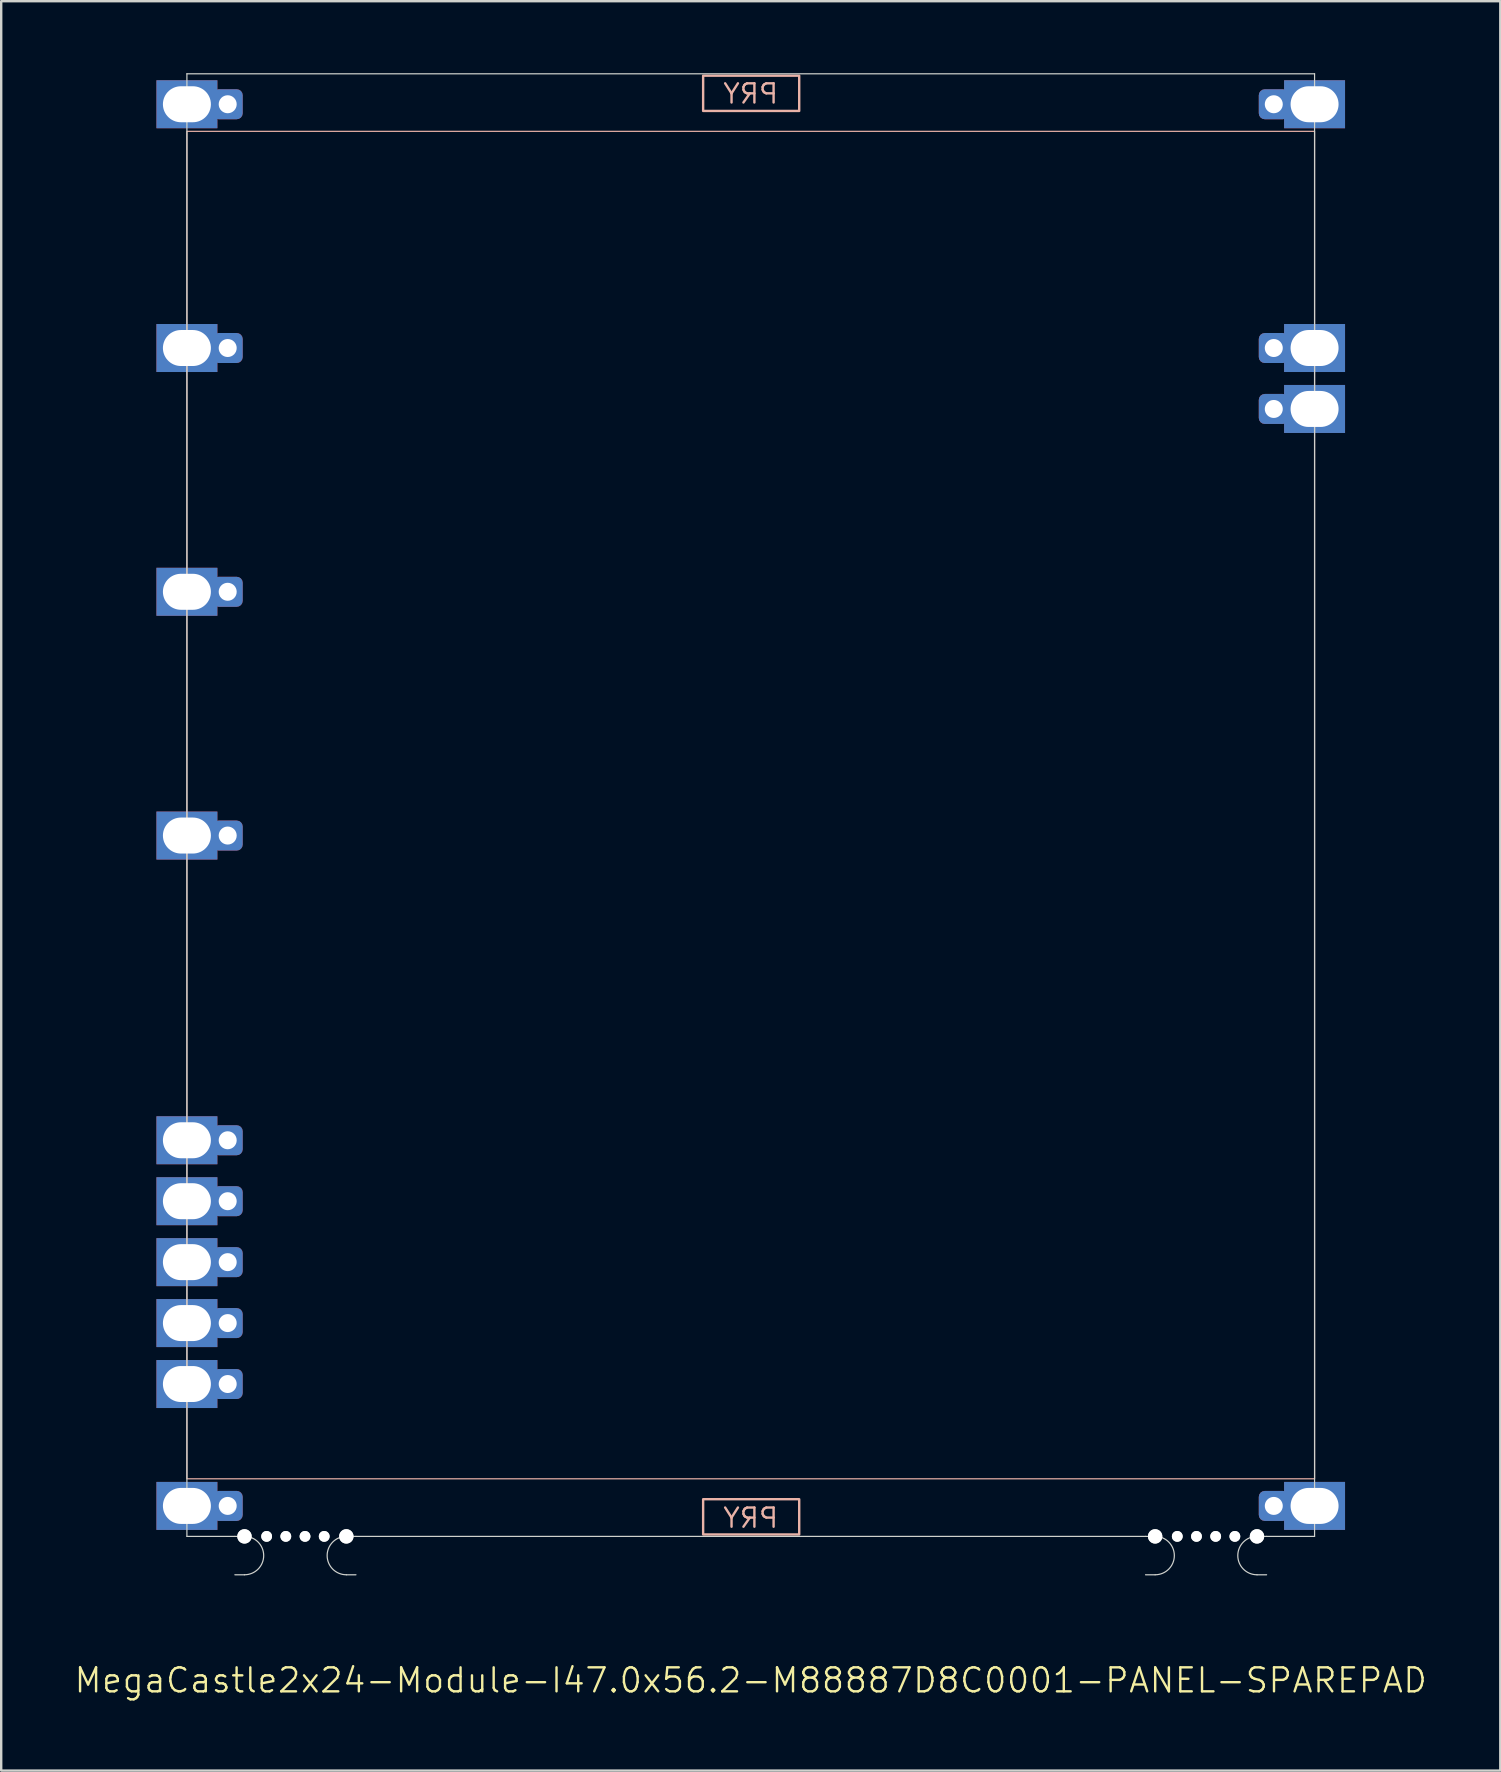
<source format=kicad_pcb>
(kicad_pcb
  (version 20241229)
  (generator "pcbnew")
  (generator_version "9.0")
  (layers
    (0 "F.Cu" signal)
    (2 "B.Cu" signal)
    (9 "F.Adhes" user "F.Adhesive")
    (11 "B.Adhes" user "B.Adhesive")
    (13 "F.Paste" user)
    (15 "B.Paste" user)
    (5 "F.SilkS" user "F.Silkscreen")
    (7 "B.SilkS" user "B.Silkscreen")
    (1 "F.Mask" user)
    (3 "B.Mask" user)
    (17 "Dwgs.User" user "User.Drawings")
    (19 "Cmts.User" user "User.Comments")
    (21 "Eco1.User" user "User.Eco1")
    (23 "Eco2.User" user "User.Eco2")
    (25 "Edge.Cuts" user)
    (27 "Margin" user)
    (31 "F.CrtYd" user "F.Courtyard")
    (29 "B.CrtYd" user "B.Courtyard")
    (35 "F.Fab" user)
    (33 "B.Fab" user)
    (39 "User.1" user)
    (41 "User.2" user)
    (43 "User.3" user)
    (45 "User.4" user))
  (footprint "MegaCastle2x24-Module-I47.0x56.2-M88887D8C0001-PANEL-SPAREPAD"
    (layer "F.Cu")
    (at 28.24 30.505)
    (property "Reference" "MegaCastle2x24-Module-I47.0x56.2-M88887D8C0001-PANEL-SPAREPAD" (at 0 36.48 0) (unlocked yes) (layer "F.SilkS") (effects (font (size 1 1) (thickness 0.1))))
    (attr smd)
    (fp_rect (start -23.5 28.08) (end 23.5 -28.08) (stroke (width 0.05) (type default)) (fill no) (layer "B.SilkS"))
    (fp_rect (start -1.984 -28.931) (end 2.02 -30.4) (stroke (width 0.1) (type default)) (fill no) (layer "B.SilkS"))
    (fp_rect (start -1.984 28.931) (end 2.02 30.4) (stroke (width 0.1) (type default)) (fill no) (layer "B.SilkS"))
    (fp_line (start -23.5 -30.48) (end -23.5 30.48) (stroke (width 0.05) (type default)) (layer "Edge.Cuts"))
    (fp_line (start -23.5 -30.48) (end 23.5 -30.48) (stroke (width 0.05) (type default)) (layer "Edge.Cuts"))
    (fp_line (start -23.5 30.48) (end -21.5 30.48) (stroke (width 0.05) (type default)) (layer "Edge.Cuts"))
    (fp_line (start -21.5 30.48) (end -21.1 30.48) (stroke (width 0.05) (type default)) (layer "Edge.Cuts"))
    (fp_line (start -21.5 32.08) (end -21.1 32.08) (stroke (width 0.05) (type default)) (layer "Edge.Cuts"))
    (fp_line (start -16.455 30.48) (end -16.855 30.48) (stroke (width 0.05) (type default)) (layer "Edge.Cuts"))
    (fp_line (start -16.455 30.48) (end 16.455 30.48) (stroke (width 0.05) (type default)) (layer "Edge.Cuts"))
    (fp_line (start -16.455 32.08) (end -16.855 32.08) (stroke (width 0.05) (type default)) (layer "Edge.Cuts"))
    (fp_line (start 16.455 30.48) (end 16.855 30.48) (stroke (width 0.05) (type default)) (layer "Edge.Cuts"))
    (fp_line (start 16.455 32.08) (end 16.855 32.08) (stroke (width 0.05) (type default)) (layer "Edge.Cuts"))
    (fp_line (start 21.5 30.48) (end 21.1 30.48) (stroke (width 0.05) (type default)) (layer "Edge.Cuts"))
    (fp_line (start 21.5 30.48) (end 23.5 30.48) (stroke (width 0.05) (type default)) (layer "Edge.Cuts"))
    (fp_line (start 21.5 32.08) (end 21.1 32.08) (stroke (width 0.05) (type default)) (layer "Edge.Cuts"))
    (fp_line (start 23.5 -30.48) (end 23.5 30.48) (stroke (width 0.05) (type default)) (layer "Edge.Cuts"))
    (fp_arc (start -21.1 30.48) (mid -20.299999 31.280001) (end -21.1 32.080002) (stroke (width 0.05) (type default)) (layer "Edge.Cuts"))
    (fp_arc (start -16.855 32.080002) (mid -17.655001 31.280001) (end -16.855 30.48) (stroke (width 0.05) (type default)) (layer "Edge.Cuts"))
    (fp_arc (start 16.855001 30.48) (mid 17.655003 31.280001) (end 16.855001 32.080002) (stroke (width 0.05) (type default)) (layer "Edge.Cuts"))
    (fp_arc (start 21.100002 32.080002) (mid 20.299998 31.28) (end 21.100002 30.48) (stroke (width 0.05) (type default)) (layer "Edge.Cuts"))
    (fp_text user "PRY" (at 0 30.18 0) (unlocked yes) (layer "B.SilkS") (effects (font (size 0.8 0.8) (thickness 0.1)) (justify bottom mirror)))
    (fp_text user "PRY" (at 0 -29.18 0) (unlocked yes) (layer "B.SilkS") (effects (font (size 0.8 0.8) (thickness 0.1)) (justify bottom mirror)))
    (pad "" np_thru_hole circle (at -21.1 30.48) (size 0.6 0.6) (drill 0.6) (layers "*.Cu" "Edge.Cuts"))
    (pad "" np_thru_hole circle (at -20.177 30.48) (size 0.45 0.45) (drill 0.45) (layers "*.Cu" "Edge.Cuts"))
    (pad "" np_thru_hole circle (at -19.378 30.48) (size 0.45 0.45) (drill 0.45) (layers "*.Cu" "Edge.Cuts"))
    (pad "" np_thru_hole circle (at -18.577 30.48) (size 0.45 0.45) (drill 0.45) (layers "*.Cu" "Edge.Cuts"))
    (pad "" np_thru_hole circle (at -17.777 30.48) (size 0.45 0.45) (drill 0.45) (layers "*.Cu" "Edge.Cuts"))
    (pad "" np_thru_hole circle (at -16.855 30.48) (size 0.6 0.6) (drill 0.6) (layers "*.Cu" "Edge.Cuts"))
    (pad "" np_thru_hole circle (at 16.855 30.48) (size 0.6 0.6) (drill 0.6) (layers "*.Cu" "Edge.Cuts"))
    (pad "" np_thru_hole circle (at 17.778 30.48) (size 0.45 0.45) (drill 0.45) (layers "*.Cu" "Edge.Cuts"))
    (pad "" np_thru_hole circle (at 18.578 30.48) (size 0.45 0.45) (drill 0.45) (layers "*.Cu" "Edge.Cuts"))
    (pad "" np_thru_hole circle (at 19.378 30.48) (size 0.45 0.45) (drill 0.45) (layers "*.Cu" "Edge.Cuts"))
    (pad "" np_thru_hole circle (at 20.178 30.48) (size 0.45 0.45) (drill 0.45) (layers "*.Cu" "Edge.Cuts"))
    (pad "" np_thru_hole circle (at 21.1 30.48) (size 0.6 0.6) (drill 0.6) (layers "*.Cu" "Edge.Cuts"))
    (pad "1" thru_hole rect (at -23.5 -29.21) (size 2.54 2) (drill oval 2 1.5) (property pad_prop_castellated) (layers "*.Cu" "*.Mask"))
    (pad "1" thru_hole roundrect (at -21.8 -29.21 180) (size 1.25 1.25) (drill 0.75) (layers "*.Cu" "*.Mask") (roundrect_rratio 0.2))
    (pad "5" thru_hole rect (at -23.5 -19.05) (size 2.54 2) (drill oval 2 1.5) (property pad_prop_castellated) (layers "*.Cu" "*.Mask"))
    (pad "5" thru_hole roundrect (at -21.8 -19.05 180) (size 1.25 1.25) (drill 0.75) (layers "*.Cu" "*.Mask") (roundrect_rratio 0.2))
    (pad "9" thru_hole rect (at -23.5 -8.89) (size 2.54 2) (drill oval 2 1.5) (property pad_prop_castellated) (layers "*.Cu" "*.Mask"))
    (pad "9" thru_hole roundrect (at -21.8 -8.89 180) (size 1.25 1.25) (drill 0.75) (layers "*.Cu" "*.Mask") (roundrect_rratio 0.2))
    (pad "13" thru_hole rect (at -23.5 1.27) (size 2.54 2) (drill oval 2 1.5) (property pad_prop_castellated) (layers "*.Cu" "*.Mask"))
    (pad "13" thru_hole roundrect (at -21.8 1.27 180) (size 1.25 1.25) (drill 0.75) (layers "*.Cu" "*.Mask") (roundrect_rratio 0.2))
    (pad "18" thru_hole rect (at -23.5 13.97) (size 2.54 2) (drill oval 2 1.5) (property pad_prop_castellated) (layers "*.Cu" "*.Mask"))
    (pad "18" thru_hole roundrect (at -21.8 13.97 180) (size 1.25 1.25) (drill 0.75) (layers "*.Cu" "*.Mask") (roundrect_rratio 0.2))
    (pad "19" thru_hole rect (at -23.5 16.51) (size 2.54 2) (drill oval 2 1.5) (property pad_prop_castellated) (layers "*.Cu" "*.Mask"))
    (pad "19" thru_hole roundrect (at -21.8 16.51 180) (size 1.25 1.25) (drill 0.75) (layers "*.Cu" "*.Mask") (roundrect_rratio 0.2))
    (pad "20" thru_hole rect (at -23.5 19.05) (size 2.54 2) (drill oval 2 1.5) (property pad_prop_castellated) (layers "*.Cu" "*.Mask"))
    (pad "20" thru_hole roundrect (at -21.8 19.05 180) (size 1.25 1.25) (drill 0.75) (layers "*.Cu" "*.Mask") (roundrect_rratio 0.2))
    (pad "21" thru_hole rect (at -23.5 21.59) (size 2.54 2) (drill oval 2 1.5) (property pad_prop_castellated) (layers "*.Cu" "*.Mask"))
    (pad "21" thru_hole roundrect (at -21.8 21.59 180) (size 1.25 1.25) (drill 0.75) (layers "*.Cu" "*.Mask") (roundrect_rratio 0.2))
    (pad "22" thru_hole rect (at -23.5 24.13) (size 2.54 2) (drill oval 2 1.5) (property pad_prop_castellated) (layers "*.Cu" "*.Mask"))
    (pad "22" thru_hole roundrect (at -21.8 24.13 180) (size 1.25 1.25) (drill 0.75) (layers "*.Cu" "*.Mask") (roundrect_rratio 0.2))
    (pad "24" thru_hole rect (at -23.5 29.21) (size 2.54 2) (drill oval 2 1.5) (property pad_prop_castellated) (layers "*.Cu" "*.Mask"))
    (pad "24" thru_hole roundrect (at -21.8 29.21 180) (size 1.25 1.25) (drill 0.75) (layers "*.Cu" "*.Mask") (roundrect_rratio 0.2))
    (pad "25" thru_hole roundrect (at 21.8 -29.21 180) (size 1.25 1.25) (drill 0.75) (layers "*.Cu" "*.Mask") (roundrect_rratio 0.2))
    (pad "25" thru_hole rect (at 23.5 -29.21) (size 2.54 2) (drill oval 2 1.5) (property pad_prop_castellated) (layers "*.Cu" "*.Mask"))
    (pad "29" thru_hole roundrect (at 21.8 -19.05 180) (size 1.25 1.25) (drill 0.75) (layers "*.Cu" "*.Mask") (roundrect_rratio 0.2))
    (pad "29" thru_hole rect (at 23.5 -19.05) (size 2.54 2) (drill oval 2 1.5) (property pad_prop_castellated) (layers "*.Cu" "*.Mask"))
    (pad "30" thru_hole roundrect (at 21.8 -16.51 180) (size 1.25 1.25) (drill 0.75) (layers "*.Cu" "*.Mask") (roundrect_rratio 0.2))
    (pad "30" thru_hole rect (at 23.5 -16.51) (size 2.54 2) (drill oval 2 1.5) (property pad_prop_castellated) (layers "*.Cu" "*.Mask"))
    (pad "48" thru_hole roundrect (at 21.8 29.21 180) (size 1.25 1.25) (drill 0.75) (layers "*.Cu" "*.Mask") (roundrect_rratio 0.2))
    (pad "48" thru_hole rect (at 23.5 29.21) (size 2.54 2) (drill oval 2 1.5) (property pad_prop_castellated) (layers "*.Cu" "*.Mask"))
    (zone (net_name "") (layer "B.Cu") (hatch edge 0.5) (connect_pads) (min_thickness 0.25) (filled_areas_thickness no) (keepout (tracks allowed) (vias allowed) (pads allowed) (copperpour allowed) (footprints not_allowed)) (placement (enabled no)) (fill) (polygon (pts (xy 4.74 60.985) (xy 4.74 0.025))))
    (zone (net_name "") (layer "B.Cu") (hatch edge 0.5) (connect_pads) (min_thickness 0.25) (filled_areas_thickness no) (keepout (tracks allowed) (vias allowed) (pads allowed) (copperpour allowed) (footprints not_allowed)) (placement (enabled no)) (fill) (polygon (pts (xy 51.74 60.985) (xy 51.74 0.025))))
    (zone (net_name "") (layer "B.Cu") (hatch edge 0.5) (connect_pads) (min_thickness 0.25) (filled_areas_thickness no) (keepout (tracks allowed) (vias allowed) (pads allowed) (copperpour allowed) (footprints not_allowed)) (placement (enabled no)) (fill) (polygon (pts (xy 4.74 0.025) (xy 4.74 2.425) (xy 51.74 2.425) (xy 51.74 0.025))))
    (zone (net_name "") (layer "B.Cu") (hatch edge 0.5) (connect_pads) (min_thickness 0.25) (filled_areas_thickness no) (keepout (tracks allowed) (vias allowed) (pads allowed) (copperpour allowed) (footprints not_allowed)) (placement (enabled no)) (fill) (polygon (pts (xy 4.74 60.985) (xy 4.74 58.585) (xy 51.74 58.585) (xy 51.74 60.985))))
    (zone (net_name "") (layer "B.Cu") (name "Upper Pry Zone") (hatch edge 0.5) (connect_pads) (min_thickness 0.25) (filled_areas_thickness no) (keepout (tracks not_allowed) (vias not_allowed) (pads not_allowed) (copperpour allowed) (footprints not_allowed)) (placement (enabled no)) (fill) (polygon (pts (xy 26.256 1.574) (xy 26.256 0.105) (xy 30.26 0.105) (xy 30.26 1.574))))
    (zone (net_name "") (layer "B.Cu") (name "Upper Pry Zone") (hatch edge 0.5) (connect_pads) (min_thickness 0.25) (filled_areas_thickness no) (keepout (tracks not_allowed) (vias not_allowed) (pads not_allowed) (copperpour allowed) (footprints not_allowed)) (placement (enabled no)) (fill) (polygon (pts (xy 26.256 59.436) (xy 26.256 60.905) (xy 30.26 60.905) (xy 30.26 59.436)))))
  (gr_rect
    (start -3 -3)
    (end 59.481 70.746)
    (stroke (width 0.1) (type default))
    (fill no)
    (layer "Edge.Cuts")))
</source>
